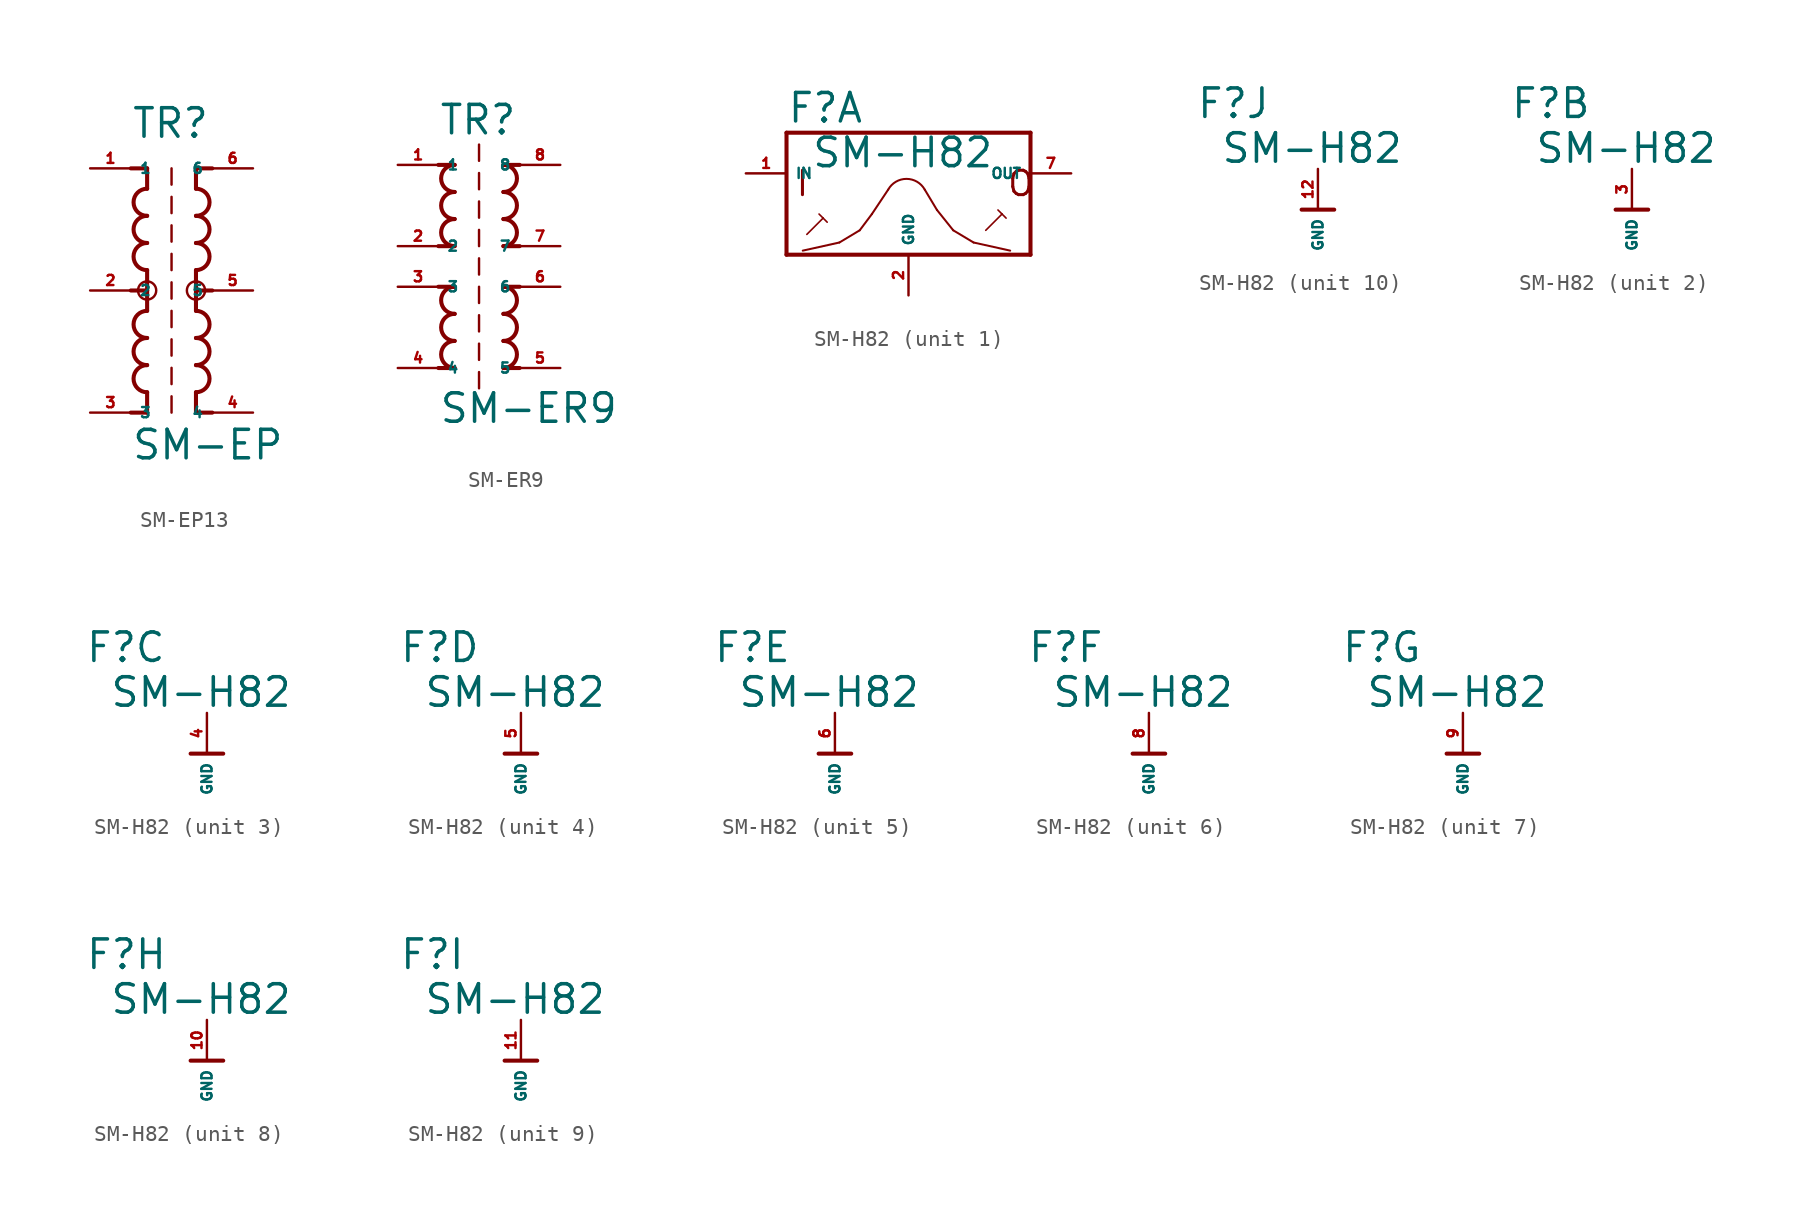
<source format=kicad_sym>
(kicad_symbol_lib
  (version 20220914)
  (generator kicad_symbol_editor)
  (symbol "SM-EP13"
    (property "Reference" "TR"
      (at -2.54 9.398 0)
      (effects (font (size 1.778 1.778) (thickness 0.22)) (justify left bottom)))
    (property "Value" "SM-EP"
      (at -2.54 -10.668 0)
      (effects (font (size 1.778 1.778) (thickness 0.22)) (justify left bottom)))
    (symbol "SM-EP13_1_1"
      (arc (start -1.524 -4.6566) (mid -2.3704 -5.5033) (end -1.524 -6.35) (stroke (width 0.254) (type default)) (fill (type none)))
      (arc (start -1.524 -2.9632) (mid -2.3704 -3.8099) (end -1.524 -4.6566) (stroke (width 0.254) (type default)) (fill (type none)))
      (arc (start -1.524 -1.27) (mid -2.3704 -2.1167) (end -1.524 -2.9634) (stroke (width 0.254) (type default)) (fill (type none)))
      (circle (center -1.524 0) (radius 0.568) (stroke (width 0) (type default)) (fill (type none)))
      (arc (start -1.524 2.9634) (mid -2.3704 2.1167) (end -1.524 1.27) (stroke (width 0.254) (type default)) (fill (type none)))
      (arc (start -1.524 4.6566) (mid -2.3702 3.81) (end -1.524 2.9634) (stroke (width 0.254) (type default)) (fill (type none)))
      (arc (start -1.524 6.35) (mid -2.3704 5.5033) (end -1.524 4.6566) (stroke (width 0.254) (type default)) (fill (type none)))
      (polyline (pts (xy -2.54 7.62) (xy -1.524 7.62)) (stroke (width 0.254) (type default)) (fill (type none)))
      (polyline (pts (xy -1.524 -7.62) (xy -2.54 -7.62)) (stroke (width 0.254) (type default)) (fill (type none)))
      (polyline (pts (xy -1.524 -6.35) (xy -1.524 -7.62)) (stroke (width 0.254) (type default)) (fill (type none)))
      (polyline (pts (xy -1.524 0) (xy -2.54 0)) (stroke (width 0.254) (type default)) (fill (type none)))
      (polyline (pts (xy -1.524 0) (xy -1.524 -1.27)) (stroke (width 0.254) (type default)) (fill (type none)))
      (polyline (pts (xy -1.524 1.27) (xy -1.524 0)) (stroke (width 0.254) (type default)) (fill (type none)))
      (polyline (pts (xy -1.524 7.62) (xy -1.524 6.35)) (stroke (width 0.254) (type default)) (fill (type none)))
      (polyline (pts (xy 0 -7.62) (xy 0 -6.604)) (stroke (width 0.152) (type default)) (fill (type none)))
      (polyline (pts (xy 0 -5.842) (xy 0 -4.826)) (stroke (width 0.152) (type default)) (fill (type none)))
      (polyline (pts (xy 0 -4.064) (xy 0 -3.048)) (stroke (width 0.152) (type default)) (fill (type none)))
      (polyline (pts (xy 0 -2.286) (xy 0 -1.27)) (stroke (width 0.152) (type default)) (fill (type none)))
      (polyline (pts (xy 0 -0.508) (xy 0 0.508)) (stroke (width 0.152) (type default)) (fill (type none)))
      (polyline (pts (xy 0 1.27) (xy 0 2.286)) (stroke (width 0.152) (type default)) (fill (type none)))
      (polyline (pts (xy 0 3.048) (xy 0 4.064)) (stroke (width 0.152) (type default)) (fill (type none)))
      (polyline (pts (xy 0 4.826) (xy 0 5.842)) (stroke (width 0.152) (type default)) (fill (type none)))
      (polyline (pts (xy 0 6.604) (xy 0 7.62)) (stroke (width 0.152) (type default)) (fill (type none)))
      (polyline (pts (xy 1.524 -7.62) (xy 1.524 -6.35)) (stroke (width 0.254) (type default)) (fill (type none)))
      (polyline (pts (xy 1.524 -1.27) (xy 1.524 0)) (stroke (width 0.254) (type default)) (fill (type none)))
      (polyline (pts (xy 1.524 0) (xy 1.524 1.27)) (stroke (width 0.254) (type default)) (fill (type none)))
      (polyline (pts (xy 1.524 0) (xy 2.54 0)) (stroke (width 0.254) (type default)) (fill (type none)))
      (polyline (pts (xy 1.524 6.35) (xy 1.524 7.62)) (stroke (width 0.254) (type default)) (fill (type none)))
      (polyline (pts (xy 1.524 7.62) (xy 2.54 7.62)) (stroke (width 0.254) (type default)) (fill (type none)))
      (polyline (pts (xy 2.54 -7.62) (xy 1.524 -7.62)) (stroke (width 0.254) (type default)) (fill (type none)))
      (arc (start 1.524 -6.35) (mid 2.3704 -5.5033) (end 1.524 -4.6566) (stroke (width 0.254) (type default)) (fill (type none)))
      (arc (start 1.524 -4.6566) (mid 2.3702 -3.81) (end 1.524 -2.9634) (stroke (width 0.254) (type default)) (fill (type none)))
      (arc (start 1.524 -2.9634) (mid 2.3704 -2.1167) (end 1.524 -1.27) (stroke (width 0.254) (type default)) (fill (type none)))
      (circle (center 1.524 0) (radius 0.568) (stroke (width 0) (type default)) (fill (type none)))
      (arc (start 1.524 1.27) (mid 2.3704 2.1167) (end 1.524 2.9634) (stroke (width 0.254) (type default)) (fill (type none)))
      (arc (start 1.524 2.9632) (mid 2.3704 3.8099) (end 1.524 4.6566) (stroke (width 0.254) (type default)) (fill (type none)))
      (arc (start 1.524 4.6566) (mid 2.3704 5.5033) (end 1.524 6.35) (stroke (width 0.254) (type default)) (fill (type none)))
      (pin passive line (at -5.08 7.62 0) (length 2.54) (name "1" (effects (font (size 0.635 0.635)))) (number "1" (effects (font (size 0.635 0.635)))))
      (pin passive line (at -5.08 0 0) (length 2.54) (name "2" (effects (font (size 0.635 0.635)))) (number "2" (effects (font (size 0.635 0.635)))))
      (pin passive line (at -5.08 -7.62 0) (length 2.54) (name "3" (effects (font (size 0.635 0.635)))) (number "3" (effects (font (size 0.635 0.635)))))
      (pin passive line (at 5.08 -7.62 180) (length 2.54) (name "4" (effects (font (size 0.635 0.635)))) (number "4" (effects (font (size 0.635 0.635)))))
      (pin passive line (at 5.08 0 180) (length 2.54) (name "5" (effects (font (size 0.635 0.635)))) (number "5" (effects (font (size 0.635 0.635)))))
      (pin passive line (at 5.08 7.62 180) (length 2.54) (name "6" (effects (font (size 0.635 0.635)))) (number "6" (effects (font (size 0.635 0.635)))))))
  (symbol "SM-ER9"
    (property "Reference" "TR"
      (at -2.54 9.398 0)
      (effects (font (size 1.778 1.778) (thickness 0.22)) (justify left bottom)))
    (property "Value" "SM-ER9"
      (at -2.54 -8.636 0)
      (effects (font (size 1.778 1.778) (thickness 0.22)) (justify left bottom)))
    (symbol "SM-ER9_1_1"
      (arc (start -1.524 -3.3866) (mid -2.3704 -4.2333) (end -1.524 -5.08) (stroke (width 0.254) (type default)) (fill (type none)))
      (arc (start -1.524 -1.6932) (mid -2.3704 -2.5399) (end -1.524 -3.3866) (stroke (width 0.254) (type default)) (fill (type none)))
      (arc (start -1.524 0) (mid -2.3704 -0.8467) (end -1.524 -1.6934) (stroke (width 0.254) (type default)) (fill (type none)))
      (arc (start -1.524 4.2334) (mid -2.3704 3.3867) (end -1.524 2.54) (stroke (width 0.254) (type default)) (fill (type none)))
      (arc (start -1.524 5.9266) (mid -2.3702 5.08) (end -1.524 4.2334) (stroke (width 0.254) (type default)) (fill (type none)))
      (arc (start -1.524 7.62) (mid -2.3704 6.7733) (end -1.524 5.9266) (stroke (width 0.254) (type default)) (fill (type none)))
      (polyline (pts (xy -2.54 -5.08) (xy -1.524 -5.08)) (stroke (width 0.254) (type default)) (fill (type none)))
      (polyline (pts (xy -2.54 0) (xy -1.524 0)) (stroke (width 0.254) (type default)) (fill (type none)))
      (polyline (pts (xy -2.54 2.54) (xy -1.524 2.54)) (stroke (width 0.254) (type default)) (fill (type none)))
      (polyline (pts (xy -2.54 7.62) (xy -1.524 7.62)) (stroke (width 0.254) (type default)) (fill (type none)))
      (polyline (pts (xy 0 -6.35) (xy 0 -5.334)) (stroke (width 0.152) (type default)) (fill (type none)))
      (polyline (pts (xy 0 -4.572) (xy 0 -3.556)) (stroke (width 0.152) (type default)) (fill (type none)))
      (polyline (pts (xy 0 -2.794) (xy 0 -1.778)) (stroke (width 0.152) (type default)) (fill (type none)))
      (polyline (pts (xy 0 -1.016) (xy 0 0)) (stroke (width 0.152) (type default)) (fill (type none)))
      (polyline (pts (xy 0 0.762) (xy 0 1.778)) (stroke (width 0.152) (type default)) (fill (type none)))
      (polyline (pts (xy 0 2.54) (xy 0 3.556)) (stroke (width 0.152) (type default)) (fill (type none)))
      (polyline (pts (xy 0 4.318) (xy 0 5.334)) (stroke (width 0.152) (type default)) (fill (type none)))
      (polyline (pts (xy 0 6.096) (xy 0 7.112)) (stroke (width 0.152) (type default)) (fill (type none)))
      (polyline (pts (xy 0 7.874) (xy 0 8.89)) (stroke (width 0.152) (type default)) (fill (type none)))
      (polyline (pts (xy 1.524 -5.08) (xy 2.54 -5.08)) (stroke (width 0.254) (type default)) (fill (type none)))
      (polyline (pts (xy 1.524 0) (xy 2.54 0)) (stroke (width 0.254) (type default)) (fill (type none)))
      (polyline (pts (xy 1.524 2.54) (xy 2.54 2.54)) (stroke (width 0.254) (type default)) (fill (type none)))
      (polyline (pts (xy 1.524 7.62) (xy 2.54 7.62)) (stroke (width 0.254) (type default)) (fill (type none)))
      (arc (start 1.524 -5.08) (mid 2.3704 -4.2333) (end 1.524 -3.3866) (stroke (width 0.254) (type default)) (fill (type none)))
      (arc (start 1.524 -3.3866) (mid 2.3702 -2.54) (end 1.524 -1.6934) (stroke (width 0.254) (type default)) (fill (type none)))
      (arc (start 1.524 -1.6934) (mid 2.3704 -0.8467) (end 1.524 0) (stroke (width 0.254) (type default)) (fill (type none)))
      (arc (start 1.524 2.54) (mid 2.3704 3.3867) (end 1.524 4.2334) (stroke (width 0.254) (type default)) (fill (type none)))
      (arc (start 1.524 4.2332) (mid 2.3704 5.0799) (end 1.524 5.9266) (stroke (width 0.254) (type default)) (fill (type none)))
      (arc (start 1.524 5.9266) (mid 2.3704 6.7733) (end 1.524 7.62) (stroke (width 0.254) (type default)) (fill (type none)))
      (pin passive line (at -5.08 7.62 0) (length 2.54) (name "1" (effects (font (size 0.635 0.635)))) (number "1" (effects (font (size 0.635 0.635)))))
      (pin passive line (at -5.08 2.54 0) (length 2.54) (name "2" (effects (font (size 0.635 0.635)))) (number "2" (effects (font (size 0.635 0.635)))))
      (pin passive line (at -5.08 0 0) (length 2.54) (name "3" (effects (font (size 0.635 0.635)))) (number "3" (effects (font (size 0.635 0.635)))))
      (pin passive line (at -5.08 -5.08 0) (length 2.54) (name "4" (effects (font (size 0.635 0.635)))) (number "4" (effects (font (size 0.635 0.635)))))
      (pin passive line (at 5.08 -5.08 180) (length 2.54) (name "5" (effects (font (size 0.635 0.635)))) (number "5" (effects (font (size 0.635 0.635)))))
      (pin passive line (at 5.08 0 180) (length 2.54) (name "6" (effects (font (size 0.635 0.635)))) (number "6" (effects (font (size 0.635 0.635)))))
      (pin passive line (at 5.08 2.54 180) (length 2.54) (name "7" (effects (font (size 0.635 0.635)))) (number "7" (effects (font (size 0.635 0.635)))))
      (pin passive line (at 5.08 7.62 180) (length 2.54) (name "8" (effects (font (size 0.635 0.635)))) (number "8" (effects (font (size 0.635 0.635)))))))
  (symbol "SM-H82"
    (property "Reference" "F"
      (at -7.62 5.588 0)
      (effects (font (size 1.778 1.778) (thickness 0.22)) (justify left bottom)))
    (property "Value" "SM-H82"
      (at -6.096 2.794 0)
      (effects (font (size 1.778 1.778) (thickness 0.22)) (justify left bottom)))
    (symbol "SM-H82_1_0"
      (polyline (pts (xy -7.62 -2.54) (xy 7.62 -2.54)) (stroke (width 0.254) (type default)) (fill (type none)))
      (polyline (pts (xy -7.62 5.08) (xy -7.62 -2.54)) (stroke (width 0.254) (type default)) (fill (type none)))
      (polyline (pts (xy -6.35 -1.27) (xy -5.334 -0.254)) (stroke (width 0.102) (type default)) (fill (type none)))
      (polyline (pts (xy -5.334 -0.254) (xy -5.588 0)) (stroke (width 0.102) (type default)) (fill (type none)))
      (polyline (pts (xy -5.334 -0.254) (xy -5.08 -0.508)) (stroke (width 0.102) (type default)) (fill (type none)))
      (polyline (pts (xy -4.318 -1.778) (xy -6.604 -2.286)) (stroke (width 0.127) (type default)) (fill (type none)))
      (polyline (pts (xy -3.048 -1.016) (xy -4.318 -1.778)) (stroke (width 0.127) (type default)) (fill (type none)))
      (polyline (pts (xy -2.286 0) (xy -3.048 -1.016)) (stroke (width 0.127) (type default)) (fill (type none)))
      (polyline (pts (xy -1.27 1.524) (xy -2.286 0)) (stroke (width 0.127) (type default)) (fill (type none)))
      (polyline (pts (xy 1.016 1.524) (xy 1.778 0.254)) (stroke (width 0.127) (type default)) (fill (type none)))
      (polyline (pts (xy 1.778 0.254) (xy 2.794 -1.016)) (stroke (width 0.127) (type default)) (fill (type none)))
      (polyline (pts (xy 2.794 -1.016) (xy 4.064 -1.778)) (stroke (width 0.127) (type default)) (fill (type none)))
      (polyline (pts (xy 4.064 -1.778) (xy 6.35 -2.286)) (stroke (width 0.127) (type default)) (fill (type none)))
      (polyline (pts (xy 4.826 -1.016) (xy 5.842 0)) (stroke (width 0.102) (type default)) (fill (type none)))
      (polyline (pts (xy 5.842 0) (xy 5.588 0.254)) (stroke (width 0.102) (type default)) (fill (type none)))
      (polyline (pts (xy 5.842 0) (xy 6.096 -0.254)) (stroke (width 0.102) (type default)) (fill (type none)))
      (polyline (pts (xy 7.62 -2.54) (xy 7.62 5.08)) (stroke (width 0.254) (type default)) (fill (type none)))
      (polyline (pts (xy 7.62 5.08) (xy -7.62 5.08)) (stroke (width 0.254) (type default)) (fill (type none)))
      (arc (start 1.016 1.524) (mid -0.127 2.197) (end -1.27 1.524) (stroke (width 0.127) (type default)) (fill (type none)))
      (text "I" (at -7.112 1.016 0) (effects (font (size 1.524 1.524) (thickness 0.19)) (justify left bottom)))
      (text "O" (at 6.096 1.016 0) (effects (font (size 1.524 1.524) (thickness 0.19)) (justify left bottom)))
      (pin passive line (at -10.16 2.54 0) (length 2.54) (name "IN" (effects (font (size 0.635 0.635)))) (number "1" (effects (font (size 0.635 0.635)))))
      (pin unspecified line (at 0 -5.08 90) (length 2.54) (name "GND" (effects (font (size 0.635 0.635)))) (number "2" (effects (font (size 0.635 0.635)))))
      (pin passive line (at 10.16 2.54 180) (length 2.54) (name "OUT" (effects (font (size 0.635 0.635)))) (number "7" (effects (font (size 0.635 0.635))))))
    (symbol "SM-H82_2_0"
      (polyline (pts (xy -1.016 0) (xy 1.016 0)) (stroke (width 0.254) (type default)) (fill (type none)))
      (pin unspecified line (at 0 2.54 270) (length 2.54) (name "GND" (effects (font (size 0.635 0.635)))) (number "3" (effects (font (size 0.635 0.635))))))
    (symbol "SM-H82_3_0"
      (polyline (pts (xy -1.016 0) (xy 1.016 0)) (stroke (width 0.254) (type default)) (fill (type none)))
      (pin unspecified line (at 0 2.54 270) (length 2.54) (name "GND" (effects (font (size 0.635 0.635)))) (number "4" (effects (font (size 0.635 0.635))))))
    (symbol "SM-H82_4_0"
      (polyline (pts (xy -1.016 0) (xy 1.016 0)) (stroke (width 0.254) (type default)) (fill (type none)))
      (pin unspecified line (at 0 2.54 270) (length 2.54) (name "GND" (effects (font (size 0.635 0.635)))) (number "5" (effects (font (size 0.635 0.635))))))
    (symbol "SM-H82_5_0"
      (polyline (pts (xy -1.016 0) (xy 1.016 0)) (stroke (width 0.254) (type default)) (fill (type none)))
      (pin unspecified line (at 0 2.54 270) (length 2.54) (name "GND" (effects (font (size 0.635 0.635)))) (number "6" (effects (font (size 0.635 0.635))))))
    (symbol "SM-H82_6_0"
      (polyline (pts (xy -1.016 0) (xy 1.016 0)) (stroke (width 0.254) (type default)) (fill (type none)))
      (pin unspecified line (at 0 2.54 270) (length 2.54) (name "GND" (effects (font (size 0.635 0.635)))) (number "8" (effects (font (size 0.635 0.635))))))
    (symbol "SM-H82_7_0"
      (polyline (pts (xy -1.016 0) (xy 1.016 0)) (stroke (width 0.254) (type default)) (fill (type none)))
      (pin unspecified line (at 0 2.54 270) (length 2.54) (name "GND" (effects (font (size 0.635 0.635)))) (number "9" (effects (font (size 0.635 0.635))))))
    (symbol "SM-H82_8_0"
      (polyline (pts (xy -1.016 0) (xy 1.016 0)) (stroke (width 0.254) (type default)) (fill (type none)))
      (pin unspecified line (at 0 2.54 270) (length 2.54) (name "GND" (effects (font (size 0.635 0.635)))) (number "10" (effects (font (size 0.635 0.635))))))
    (symbol "SM-H82_9_0"
      (polyline (pts (xy -1.016 0) (xy 1.016 0)) (stroke (width 0.254) (type default)) (fill (type none)))
      (pin unspecified line (at 0 2.54 270) (length 2.54) (name "GND" (effects (font (size 0.635 0.635)))) (number "11" (effects (font (size 0.635 0.635))))))
    (symbol "SM-H82_10_0"
      (polyline (pts (xy -1.016 0) (xy 1.016 0)) (stroke (width 0.254) (type default)) (fill (type none)))
      (pin unspecified line (at 0 2.54 270) (length 2.54) (name "GND" (effects (font (size 0.635 0.635)))) (number "12" (effects (font (size 0.635 0.635))))))))
</source>
